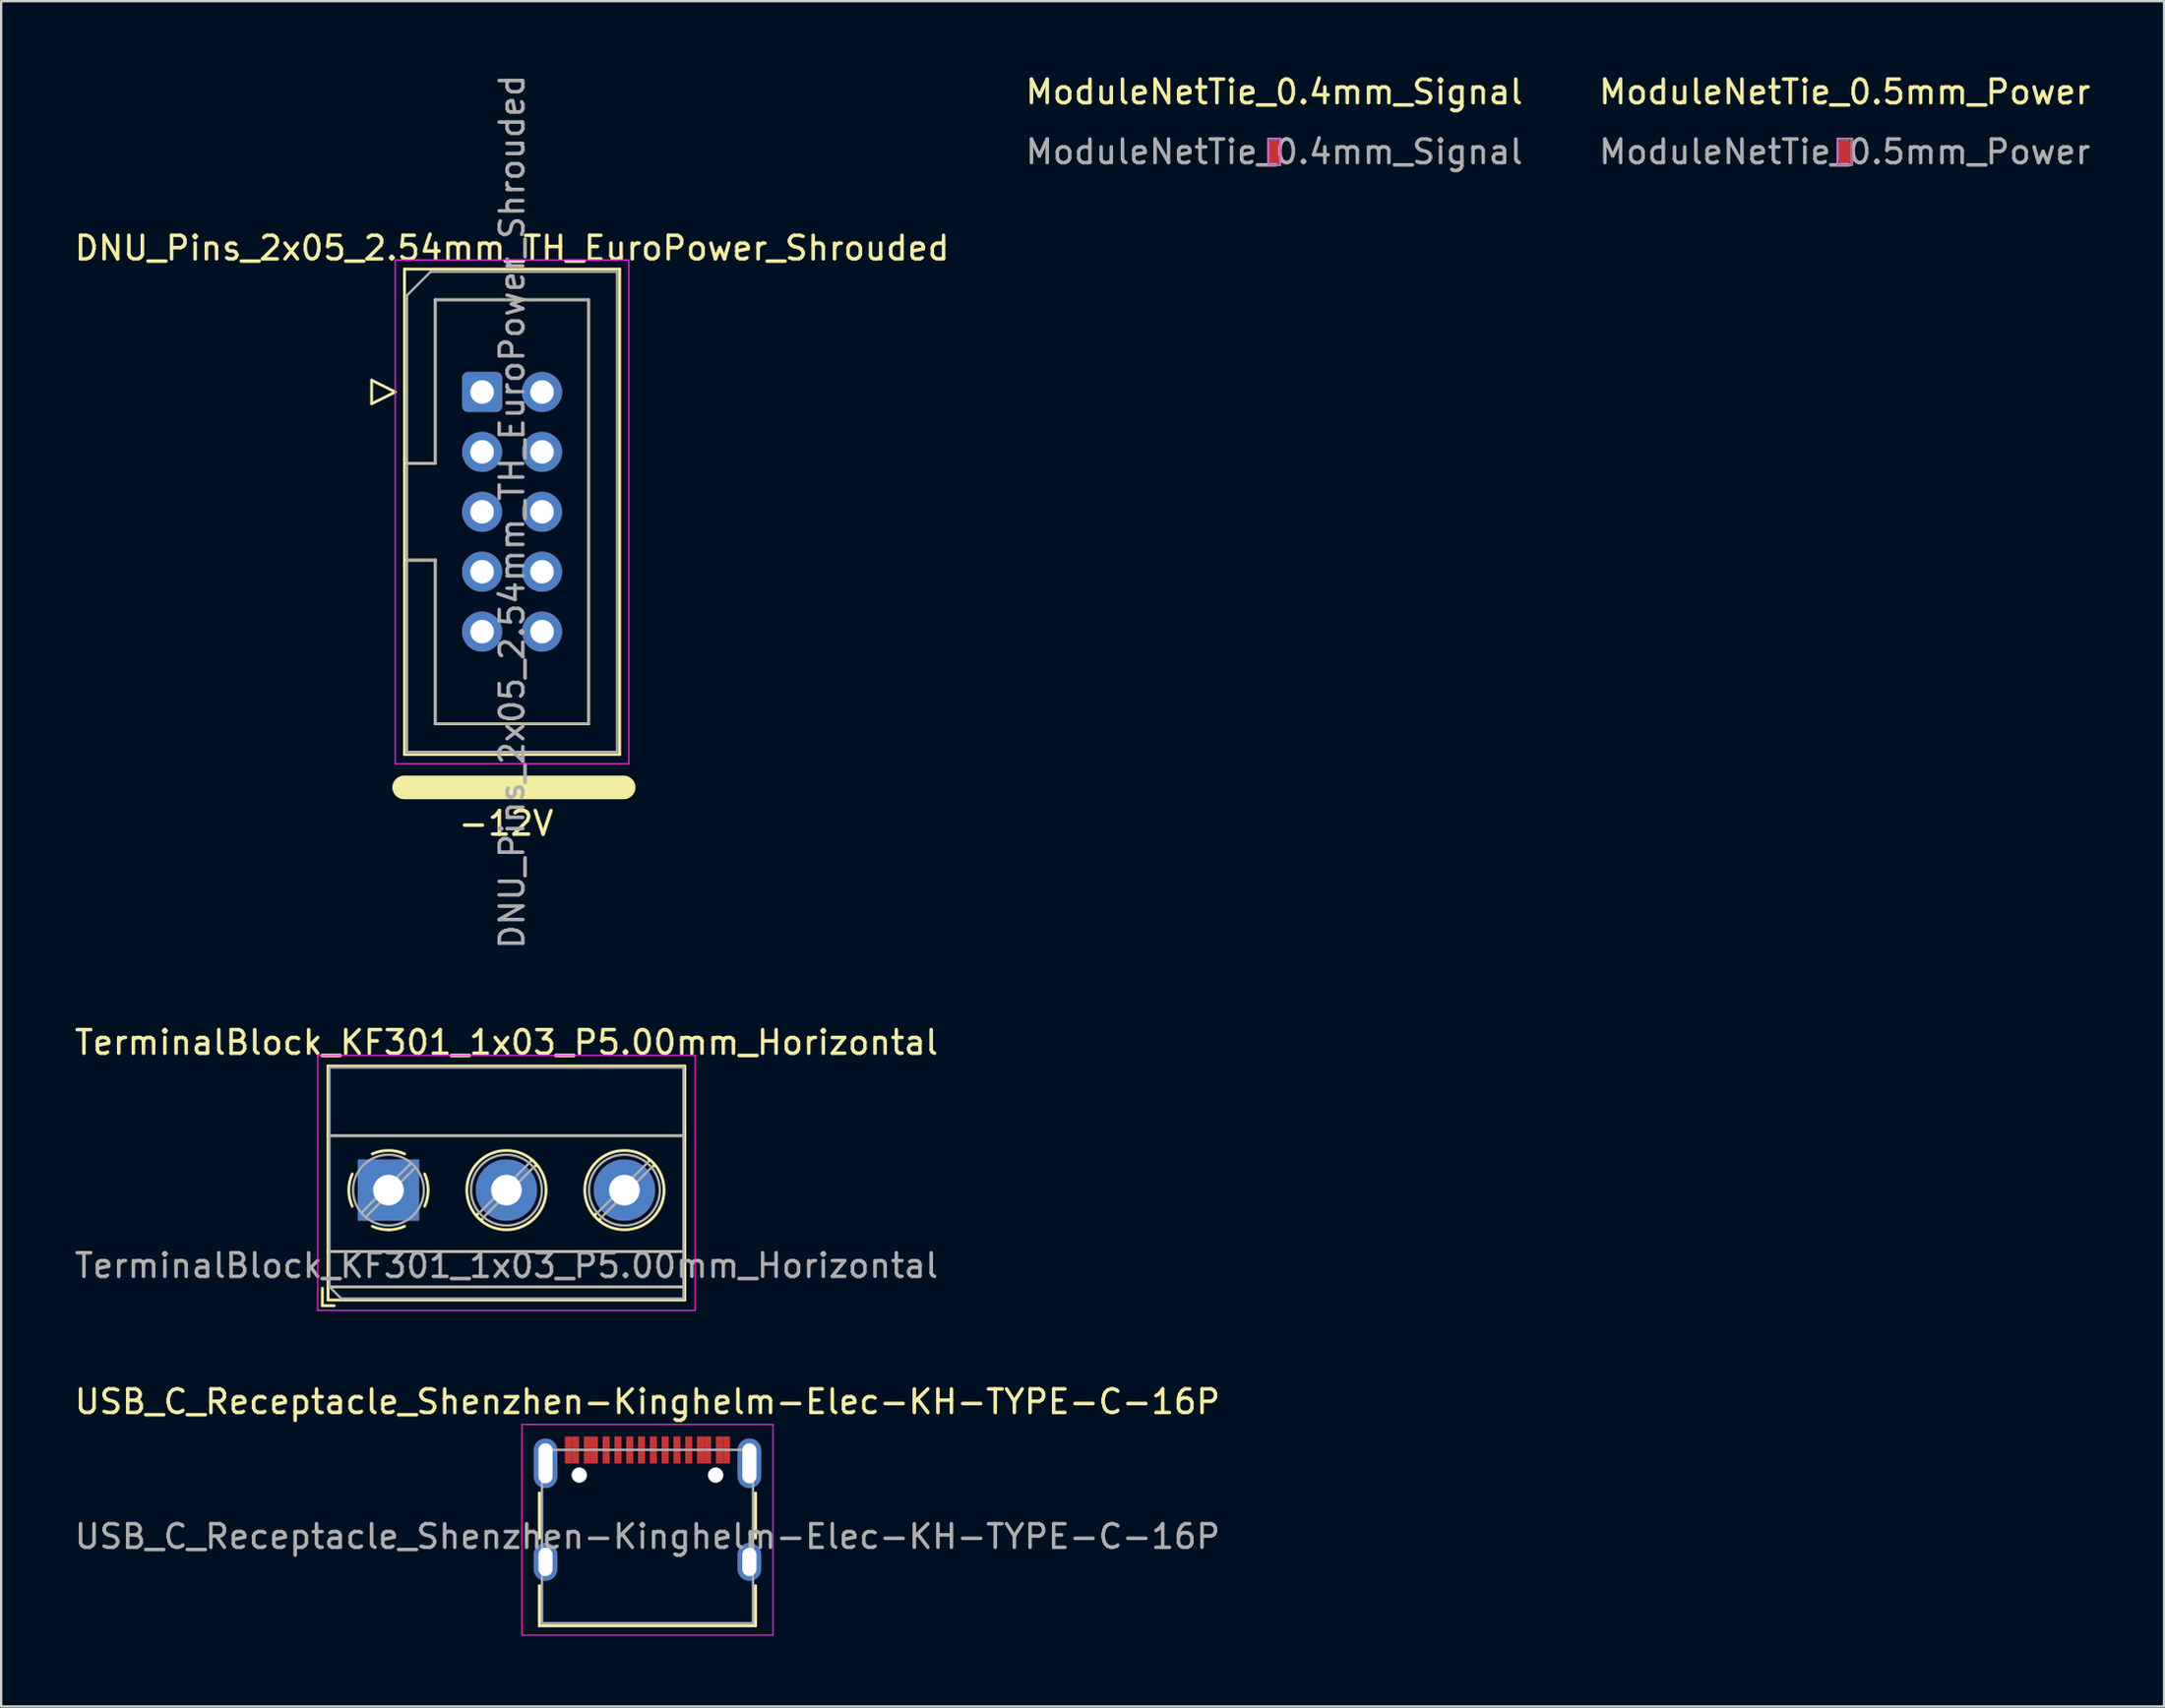
<source format=kicad_pcb>
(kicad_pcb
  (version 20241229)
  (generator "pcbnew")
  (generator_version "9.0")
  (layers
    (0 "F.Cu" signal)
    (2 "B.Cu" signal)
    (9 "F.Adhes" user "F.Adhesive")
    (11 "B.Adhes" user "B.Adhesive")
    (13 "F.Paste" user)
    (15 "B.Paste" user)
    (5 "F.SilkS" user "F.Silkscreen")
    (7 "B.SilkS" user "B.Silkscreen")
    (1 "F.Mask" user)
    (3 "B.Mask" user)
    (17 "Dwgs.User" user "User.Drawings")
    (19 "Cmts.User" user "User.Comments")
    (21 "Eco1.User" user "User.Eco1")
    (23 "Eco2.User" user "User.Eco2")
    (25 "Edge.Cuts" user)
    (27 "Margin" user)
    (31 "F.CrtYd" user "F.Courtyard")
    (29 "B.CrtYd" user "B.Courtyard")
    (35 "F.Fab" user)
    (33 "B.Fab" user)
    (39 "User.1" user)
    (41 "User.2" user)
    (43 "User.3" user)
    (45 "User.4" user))
  (footprint "ModuleNetTie_0.5mm_Power"
    (layer "F.Cu")
    (at 75.125 3.388)
    (property "Reference" "ModuleNetTie_0.5mm_Power" (at 0 -2.54 0) (layer "F.SilkS") (effects (font (size 1 1) (thickness 0.15))))
    (attr exclude_from_pos_files exclude_from_bom)
    (fp_line (start -0.3 -0.55) (end -0.3 0.55) (stroke (width 0.05) (type solid)) (layer "F.CrtYd"))
    (fp_line (start -0.3 0.55) (end 0.3 0.55) (stroke (width 0.05) (type solid)) (layer "F.CrtYd"))
    (fp_line (start 0.3 -0.55) (end -0.3 -0.55) (stroke (width 0.05) (type solid)) (layer "F.CrtYd"))
    (fp_line (start 0.3 0.55) (end 0.3 -0.55) (stroke (width 0.05) (type solid)) (layer "F.CrtYd"))
    (fp_line (start -0.3 -0.55) (end 0.3 -0.55) (stroke (width 0.1) (type solid)) (layer "F.Fab"))
    (fp_line (start -0.3 0.55) (end -0.3 -0.55) (stroke (width 0.1) (type solid)) (layer "F.Fab"))
    (fp_line (start 0.3 -0.55) (end 0.3 0.55) (stroke (width 0.1) (type solid)) (layer "F.Fab"))
    (fp_line (start 0.3 0.55) (end -0.3 0.55) (stroke (width 0.1) (type solid)) (layer "F.Fab"))
    (fp_text user "${REFERENCE}" (at 0 0 0) (layer "F.Fab") (effects (font (size 1 1) (thickness 0.15))))
    (pad "1" smd roundrect (at 0 0) (size 0.5 1) (layers "F.Cu") (roundrect_rratio 0.25)))
  (footprint "DNU_Pins_2x05_2.54mm_TH_EuroPower_Shrouded"
    (layer "F.Cu")
    (at 18.649 18.649)
    (property "Reference" "DNU_Pins_2x05_2.54mm_TH_EuroPower_Shrouded" (at 0 -11.18 0) (layer "F.SilkS") (effects (font (size 1 1) (thickness 0.15))))
    (attr through_hole)
    (fp_line (start -5.95 -5.58) (end -5.95 -4.58) (stroke (width 0.12) (type solid)) (layer "F.SilkS"))
    (fp_line (start -5.95 -4.58) (end -4.95 -5.08) (stroke (width 0.12) (type solid)) (layer "F.SilkS"))
    (fp_line (start -4.95 -5.08) (end -5.95 -5.58) (stroke (width 0.12) (type solid)) (layer "F.SilkS"))
    (fp_line (start -4.572 11.684) (end 4.73 11.684) (stroke (width 1) (type solid)) (layer "F.SilkS"))
    (fp_line (start -4.56 -10.29) (end 4.56 -10.29) (stroke (width 0.12) (type solid)) (layer "F.SilkS"))
    (fp_line (start -4.56 -2.05) (end -3.25 -2.05) (stroke (width 0.12) (type solid)) (layer "F.SilkS"))
    (fp_line (start -4.56 10.29) (end -4.56 -10.29) (stroke (width 0.12) (type solid)) (layer "F.SilkS"))
    (fp_line (start -3.25 -8.99) (end 3.25 -8.99) (stroke (width 0.12) (type solid)) (layer "F.SilkS"))
    (fp_line (start -3.25 -2.05) (end -3.25 -8.99) (stroke (width 0.12) (type solid)) (layer "F.SilkS"))
    (fp_line (start -3.25 2.05) (end -4.56 2.05) (stroke (width 0.12) (type solid)) (layer "F.SilkS"))
    (fp_line (start -3.25 2.05) (end -3.25 2.05) (stroke (width 0.12) (type solid)) (layer "F.SilkS"))
    (fp_line (start -3.25 8.99) (end -3.25 2.05) (stroke (width 0.12) (type solid)) (layer "F.SilkS"))
    (fp_line (start 3.25 -8.99) (end 3.25 8.99) (stroke (width 0.12) (type solid)) (layer "F.SilkS"))
    (fp_line (start 3.25 8.99) (end -3.25 8.99) (stroke (width 0.12) (type solid)) (layer "F.SilkS"))
    (fp_line (start 4.56 -10.29) (end 4.56 10.29) (stroke (width 0.12) (type solid)) (layer "F.SilkS"))
    (fp_line (start 4.56 10.29) (end -4.56 10.29) (stroke (width 0.12) (type solid)) (layer "F.SilkS"))
    (fp_line (start -4.95 -10.68) (end -4.95 10.68) (stroke (width 0.05) (type solid)) (layer "F.CrtYd"))
    (fp_line (start -4.95 10.68) (end 4.95 10.68) (stroke (width 0.05) (type solid)) (layer "F.CrtYd"))
    (fp_line (start 4.95 -10.68) (end -4.95 -10.68) (stroke (width 0.05) (type solid)) (layer "F.CrtYd"))
    (fp_line (start 4.95 10.68) (end 4.95 -10.68) (stroke (width 0.05) (type solid)) (layer "F.CrtYd"))
    (fp_line (start -4.45 -9.18) (end -3.45 -10.18) (stroke (width 0.1) (type solid)) (layer "F.Fab"))
    (fp_line (start -4.45 -2.05) (end -3.25 -2.05) (stroke (width 0.1) (type solid)) (layer "F.Fab"))
    (fp_line (start -4.45 10.18) (end -4.45 -9.18) (stroke (width 0.1) (type solid)) (layer "F.Fab"))
    (fp_line (start -3.45 -10.18) (end 4.45 -10.18) (stroke (width 0.1) (type solid)) (layer "F.Fab"))
    (fp_line (start -3.25 -8.99) (end 3.25 -8.99) (stroke (width 0.1) (type solid)) (layer "F.Fab"))
    (fp_line (start -3.25 -2.05) (end -3.25 -8.99) (stroke (width 0.1) (type solid)) (layer "F.Fab"))
    (fp_line (start -3.25 2.05) (end -4.45 2.05) (stroke (width 0.1) (type solid)) (layer "F.Fab"))
    (fp_line (start -3.25 2.05) (end -3.25 2.05) (stroke (width 0.1) (type solid)) (layer "F.Fab"))
    (fp_line (start -3.25 8.99) (end -3.25 2.05) (stroke (width 0.1) (type solid)) (layer "F.Fab"))
    (fp_line (start 3.25 -8.99) (end 3.25 8.99) (stroke (width 0.1) (type solid)) (layer "F.Fab"))
    (fp_line (start 3.25 8.99) (end -3.25 8.99) (stroke (width 0.1) (type solid)) (layer "F.Fab"))
    (fp_line (start 4.45 -10.18) (end 4.45 10.18) (stroke (width 0.1) (type solid)) (layer "F.Fab"))
    (fp_line (start 4.45 10.18) (end -4.45 10.18) (stroke (width 0.1) (type solid)) (layer "F.Fab"))
    (fp_text user "-12V" (at -0.254 13.208 0) (unlocked yes) (layer "F.SilkS") (effects (font (size 1 1) (thickness 0.15))))
    (fp_text user "${REFERENCE}" (at 0 0 90) (layer "F.Fab") (effects (font (size 1 1) (thickness 0.15))))
    (pad "1" thru_hole roundrect (at -1.27 -5.08) (size 1.7 1.7) (drill 1) (layers "*.Cu" "*.Mask") (roundrect_rratio 0.147))
    (pad "2" thru_hole circle (at 1.27 -5.08) (size 1.7 1.7) (drill 1) (layers "*.Cu" "*.Mask"))
    (pad "3" thru_hole circle (at -1.27 -2.54) (size 1.7 1.7) (drill 1) (layers "*.Cu" "*.Mask"))
    (pad "4" thru_hole circle (at 1.27 -2.54) (size 1.7 1.7) (drill 1) (layers "*.Cu" "*.Mask"))
    (pad "5" thru_hole circle (at -1.27 0) (size 1.7 1.7) (drill 1) (layers "*.Cu" "*.Mask"))
    (pad "6" thru_hole circle (at 1.27 0) (size 1.7 1.7) (drill 1) (layers "*.Cu" "*.Mask"))
    (pad "7" thru_hole circle (at -1.27 2.54) (size 1.7 1.7) (drill 1) (layers "*.Cu" "*.Mask"))
    (pad "8" thru_hole circle (at 1.27 2.54) (size 1.7 1.7) (drill 1) (layers "*.Cu" "*.Mask"))
    (pad "9" thru_hole circle (at -1.27 5.08) (size 1.7 1.7) (drill 1) (layers "*.Cu" "*.Mask"))
    (pad "10" thru_hole circle (at 1.27 5.08) (size 1.7 1.7) (drill 1) (layers "*.Cu" "*.Mask")))
  (footprint "ModuleNetTie_0.4mm_Signal"
    (layer "F.Cu")
    (at 50.946 3.388)
    (property "Reference" "ModuleNetTie_0.4mm_Signal" (at 0 -2.54 0) (layer "F.SilkS") (effects (font (size 1 1) (thickness 0.15))))
    (attr exclude_from_pos_files exclude_from_bom)
    (fp_line (start -0.25 -0.55) (end -0.25 0.55) (stroke (width 0.05) (type solid)) (layer "F.CrtYd"))
    (fp_line (start -0.25 0.55) (end 0.25 0.55) (stroke (width 0.05) (type solid)) (layer "F.CrtYd"))
    (fp_line (start 0.25 -0.55) (end -0.25 -0.55) (stroke (width 0.05) (type solid)) (layer "F.CrtYd"))
    (fp_line (start 0.25 0.55) (end 0.25 -0.55) (stroke (width 0.05) (type solid)) (layer "F.CrtYd"))
    (fp_line (start -0.25 -0.55) (end 0.25 -0.55) (stroke (width 0.1) (type solid)) (layer "F.Fab"))
    (fp_line (start -0.25 0.55) (end -0.25 -0.55) (stroke (width 0.1) (type solid)) (layer "F.Fab"))
    (fp_line (start 0.25 -0.55) (end 0.25 0.55) (stroke (width 0.1) (type solid)) (layer "F.Fab"))
    (fp_line (start 0.25 0.55) (end -0.25 0.55) (stroke (width 0.1) (type solid)) (layer "F.Fab"))
    (fp_text user "${REFERENCE}" (at 0 0 0) (layer "F.Fab") (effects (font (size 1 1) (thickness 0.15))))
    (pad "1" smd roundrect (at 0 0) (size 0.4 1) (layers "F.Cu") (roundrect_rratio 0.25)))
  (footprint "TerminalBlock_KF301_1x03_P5.00mm_Horizontal"
    (layer "F.Cu")
    (at 13.411 47.406)
    (property "Reference" "TerminalBlock_KF301_1x03_P5.00mm_Horizontal" (at 5 -6.26 0) (layer "F.SilkS") (effects (font (size 1 1) (thickness 0.15))))
    (attr through_hole)
    (fp_line (start -2.8 4.16) (end -2.8 4.9) (stroke (width 0.12) (type solid)) (layer "F.SilkS"))
    (fp_line (start -2.8 4.9) (end -2.3 4.9) (stroke (width 0.12) (type solid)) (layer "F.SilkS"))
    (fp_line (start -2.56 -5.261) (end -2.56 4.66) (stroke (width 0.12) (type solid)) (layer "F.SilkS"))
    (fp_line (start -2.56 -5.261) (end 12.56 -5.261) (stroke (width 0.12) (type solid)) (layer "F.SilkS"))
    (fp_line (start -2.56 -2.301) (end 12.56 -2.301) (stroke (width 0.12) (type solid)) (layer "F.SilkS"))
    (fp_line (start -2.56 2.6) (end 12.56 2.6) (stroke (width 0.12) (type solid)) (layer "F.SilkS"))
    (fp_line (start -2.56 4.1) (end 12.56 4.1) (stroke (width 0.12) (type solid)) (layer "F.SilkS"))
    (fp_line (start -2.56 4.66) (end 12.56 4.66) (stroke (width 0.12) (type solid)) (layer "F.SilkS"))
    (fp_line (start 3.773 1.023) (end 3.726 1.069) (stroke (width 0.12) (type solid)) (layer "F.SilkS"))
    (fp_line (start 3.966 1.239) (end 3.931 1.274) (stroke (width 0.12) (type solid)) (layer "F.SilkS"))
    (fp_line (start 6.07 -1.275) (end 6.035 -1.239) (stroke (width 0.12) (type solid)) (layer "F.SilkS"))
    (fp_line (start 6.275 -1.069) (end 6.228 -1.023) (stroke (width 0.12) (type solid)) (layer "F.SilkS"))
    (fp_line (start 8.773 1.023) (end 8.726 1.069) (stroke (width 0.12) (type solid)) (layer "F.SilkS"))
    (fp_line (start 8.966 1.239) (end 8.931 1.274) (stroke (width 0.12) (type solid)) (layer "F.SilkS"))
    (fp_line (start 11.07 -1.275) (end 11.035 -1.239) (stroke (width 0.12) (type solid)) (layer "F.SilkS"))
    (fp_line (start 11.275 -1.069) (end 11.228 -1.023) (stroke (width 0.12) (type solid)) (layer "F.SilkS"))
    (fp_line (start 12.56 -5.261) (end 12.56 4.66) (stroke (width 0.12) (type solid)) (layer "F.SilkS"))
    (fp_arc (start -1.535427 0.683042) (mid -1.680501 -0.000524) (end -1.535 -0.684) (stroke (width 0.12) (type solid)) (layer "F.SilkS"))
    (fp_arc (start -0.683042 -1.535427) (mid 0.000524 -1.680501) (end 0.684 -1.535) (stroke (width 0.12) (type solid)) (layer "F.SilkS"))
    (fp_arc (start 0.028805 1.680253) (mid -0.335551 1.646659) (end -0.684 1.535) (stroke (width 0.12) (type solid)) (layer "F.SilkS"))
    (fp_arc (start 0.683318 1.534756) (mid 0.349292 1.643288) (end 0 1.68) (stroke (width 0.12) (type solid)) (layer "F.SilkS"))
    (fp_arc (start 1.535427 -0.683042) (mid 1.680501 0.000524) (end 1.535 0.684) (stroke (width 0.12) (type solid)) (layer "F.SilkS"))
    (fp_circle (center 5 0) (end 6.68 0) (stroke (width 0.12) (type solid)) (fill no) (layer "F.SilkS"))
    (fp_circle (center 10 0) (end 11.68 0) (stroke (width 0.12) (type solid)) (fill no) (layer "F.SilkS"))
    (fp_line (start -3 -5.71) (end -3 5.1) (stroke (width 0.05) (type solid)) (layer "F.CrtYd"))
    (fp_line (start -3 5.1) (end 13 5.1) (stroke (width 0.05) (type solid)) (layer "F.CrtYd"))
    (fp_line (start 13 -5.71) (end -3 -5.71) (stroke (width 0.05) (type solid)) (layer "F.CrtYd"))
    (fp_line (start 13 5.1) (end 13 -5.71) (stroke (width 0.05) (type solid)) (layer "F.CrtYd"))
    (fp_line (start -2.5 -5.2) (end 12.5 -5.2) (stroke (width 0.1) (type solid)) (layer "F.Fab"))
    (fp_line (start -2.5 -2.3) (end 12.5 -2.3) (stroke (width 0.1) (type solid)) (layer "F.Fab"))
    (fp_line (start -2.5 2.6) (end 12.5 2.6) (stroke (width 0.1) (type solid)) (layer "F.Fab"))
    (fp_line (start -2.5 4.1) (end -2.5 -5.2) (stroke (width 0.1) (type solid)) (layer "F.Fab"))
    (fp_line (start -2.5 4.1) (end 12.5 4.1) (stroke (width 0.1) (type solid)) (layer "F.Fab"))
    (fp_line (start -2 4.6) (end -2.5 4.1) (stroke (width 0.1) (type solid)) (layer "F.Fab"))
    (fp_line (start 0.955 -1.138) (end -1.138 0.955) (stroke (width 0.1) (type solid)) (layer "F.Fab"))
    (fp_line (start 1.138 -0.955) (end -0.955 1.138) (stroke (width 0.1) (type solid)) (layer "F.Fab"))
    (fp_line (start 5.955 -1.138) (end 3.863 0.955) (stroke (width 0.1) (type solid)) (layer "F.Fab"))
    (fp_line (start 6.138 -0.955) (end 4.046 1.138) (stroke (width 0.1) (type solid)) (layer "F.Fab"))
    (fp_line (start 10.955 -1.138) (end 8.863 0.955) (stroke (width 0.1) (type solid)) (layer "F.Fab"))
    (fp_line (start 11.138 -0.955) (end 9.046 1.138) (stroke (width 0.1) (type solid)) (layer "F.Fab"))
    (fp_line (start 12.5 -5.2) (end 12.5 4.6) (stroke (width 0.1) (type solid)) (layer "F.Fab"))
    (fp_line (start 12.5 4.6) (end -2 4.6) (stroke (width 0.1) (type solid)) (layer "F.Fab"))
    (fp_circle (center 0 0) (end 1.5 0) (stroke (width 0.1) (type solid)) (fill no) (layer "F.Fab"))
    (fp_circle (center 5 0) (end 6.5 0) (stroke (width 0.1) (type solid)) (fill no) (layer "F.Fab"))
    (fp_circle (center 10 0) (end 11.5 0) (stroke (width 0.1) (type solid)) (fill no) (layer "F.Fab"))
    (fp_text user "${REFERENCE}" (at 5 3.2 0) (layer "F.Fab") (effects (font (size 1 1) (thickness 0.15))))
    (pad "1" thru_hole rect (at 0 0) (size 2.6 2.6) (drill 1.3) (layers "*.Cu" "*.Mask"))
    (pad "2" thru_hole circle (at 5 0) (size 2.6 2.6) (drill 1.3) (layers "*.Cu" "*.Mask"))
    (pad "3" thru_hole circle (at 10 0) (size 2.6 2.6) (drill 1.3) (layers "*.Cu" "*.Mask")))
  (footprint "USB_C_Receptacle_Shenzhen-Kinghelm-Elec-KH-TYPE-C-16P"
    (layer "F.Cu")
    (at 24.387 62.094)
    (property "Reference" "USB_C_Receptacle_Shenzhen-Kinghelm-Elec-KH-TYPE-C-16P" (at 0 -5.715 0) (layer "F.SilkS") (effects (font (size 1 1) (thickness 0.15))))
    (attr smd)
    (fp_line (start -4.58 -1.85) (end -4.58 0.07) (stroke (width 0.12) (type solid)) (layer "F.SilkS"))
    (fp_line (start -4.58 3.785) (end -4.58 2.08) (stroke (width 0.12) (type solid)) (layer "F.SilkS"))
    (fp_line (start 4.58 0.07) (end 4.58 -1.85) (stroke (width 0.12) (type solid)) (layer "F.SilkS"))
    (fp_line (start 4.58 2.08) (end 4.58 3.785) (stroke (width 0.12) (type solid)) (layer "F.SilkS"))
    (fp_line (start 4.58 3.785) (end -4.58 3.785) (stroke (width 0.12) (type solid)) (layer "F.SilkS"))
    (fp_line (start -5.32 -4.75) (end 5.32 -4.75) (stroke (width 0.05) (type solid)) (layer "F.CrtYd"))
    (fp_line (start -5.32 4.18) (end -5.32 -4.75) (stroke (width 0.05) (type solid)) (layer "F.CrtYd"))
    (fp_line (start 5.32 -4.75) (end 5.32 4.18) (stroke (width 0.05) (type solid)) (layer "F.CrtYd"))
    (fp_line (start 5.32 4.18) (end -5.32 4.18) (stroke (width 0.05) (type solid)) (layer "F.CrtYd"))
    (fp_line (start -4.47 -3.675) (end -4.47 3.675) (stroke (width 0.1) (type solid)) (layer "F.Fab"))
    (fp_line (start -4.47 -3.675) (end 4.47 -3.675) (stroke (width 0.1) (type solid)) (layer "F.Fab"))
    (fp_line (start -4.47 3.675) (end 4.47 3.675) (stroke (width 0.1) (type solid)) (layer "F.Fab"))
    (fp_line (start 4.47 3.675) (end 4.47 -3.675) (stroke (width 0.1) (type solid)) (layer "F.Fab"))
    (fp_text user "${REFERENCE}" (at 0 0 0) (layer "F.Fab") (effects (font (size 1 1) (thickness 0.15))))
    (pad "" np_thru_hole circle (at -2.89 -2.605) (size 0.65 0.65) (drill 0.65) (layers "*.Cu" "*.Mask"))
    (pad "" np_thru_hole circle (at 2.89 -2.605) (size 0.65 0.65) (drill 0.65) (layers "*.Cu" "*.Mask"))
    (pad "A1" smd rect (at -3.35 -3.67) (size 0.3 1.15) (layers "F.Cu" "F.Mask" "F.Paste"))
    (pad "A4" smd rect (at -2.55 -3.67) (size 0.3 1.15) (layers "F.Cu" "F.Mask" "F.Paste"))
    (pad "A5" smd rect (at -1.25 -3.67) (size 0.3 1.15) (layers "F.Cu" "F.Mask" "F.Paste"))
    (pad "A6" smd rect (at -0.25 -3.67) (size 0.3 1.15) (layers "F.Cu" "F.Mask" "F.Paste"))
    (pad "A7" smd rect (at 0.25 -3.67) (size 0.3 1.15) (layers "F.Cu" "F.Mask" "F.Paste"))
    (pad "A8" smd rect (at 1.25 -3.67) (size 0.3 1.15) (layers "F.Cu" "F.Mask" "F.Paste"))
    (pad "A9" smd rect (at 2.55 -3.67) (size 0.3 1.15) (layers "F.Cu" "F.Mask" "F.Paste"))
    (pad "A12" smd rect (at 3.35 -3.67) (size 0.3 1.15) (layers "F.Cu" "F.Mask" "F.Paste"))
    (pad "B1" smd rect (at 3.05 -3.67) (size 0.3 1.15) (layers "F.Cu" "F.Mask" "F.Paste"))
    (pad "B4" smd rect (at 2.25 -3.67) (size 0.3 1.15) (layers "F.Cu" "F.Mask" "F.Paste"))
    (pad "B5" smd rect (at 1.75 -3.67) (size 0.3 1.15) (layers "F.Cu" "F.Mask" "F.Paste"))
    (pad "B6" smd rect (at 0.75 -3.67) (size 0.3 1.15) (layers "F.Cu" "F.Mask" "F.Paste"))
    (pad "B7" smd rect (at -0.75 -3.67) (size 0.3 1.15) (layers "F.Cu" "F.Mask" "F.Paste"))
    (pad "B8" smd rect (at -1.75 -3.67) (size 0.3 1.15) (layers "F.Cu" "F.Mask" "F.Paste"))
    (pad "B9" smd rect (at -2.25 -3.67) (size 0.3 1.15) (layers "F.Cu" "F.Mask" "F.Paste"))
    (pad "B12" smd rect (at -3.05 -3.67) (size 0.3 1.15) (layers "F.Cu" "F.Mask" "F.Paste"))
    (pad "MP" thru_hole oval (at -4.32 -3.105) (size 1 2.1) (drill oval 0.6 1.7) (layers "*.Cu" "*.Mask"))
    (pad "MP" thru_hole oval (at -4.32 1.075) (size 1 1.6) (drill oval 0.6 1.2) (layers "*.Cu" "*.Mask"))
    (pad "MP" thru_hole oval (at 4.32 -3.105) (size 1 2.1) (drill oval 0.6 1.7) (layers "*.Cu" "*.Mask"))
    (pad "MP" thru_hole oval (at 4.32 1.075) (size 1 1.6) (drill oval 0.6 1.2) (layers "*.Cu" "*.Mask")))
  (gr_rect
    (start -3 -3)
    (end 88.655 69.299)
    (stroke (width 0.1) (type default))
    (fill no)
    (layer "Edge.Cuts")))
</source>
